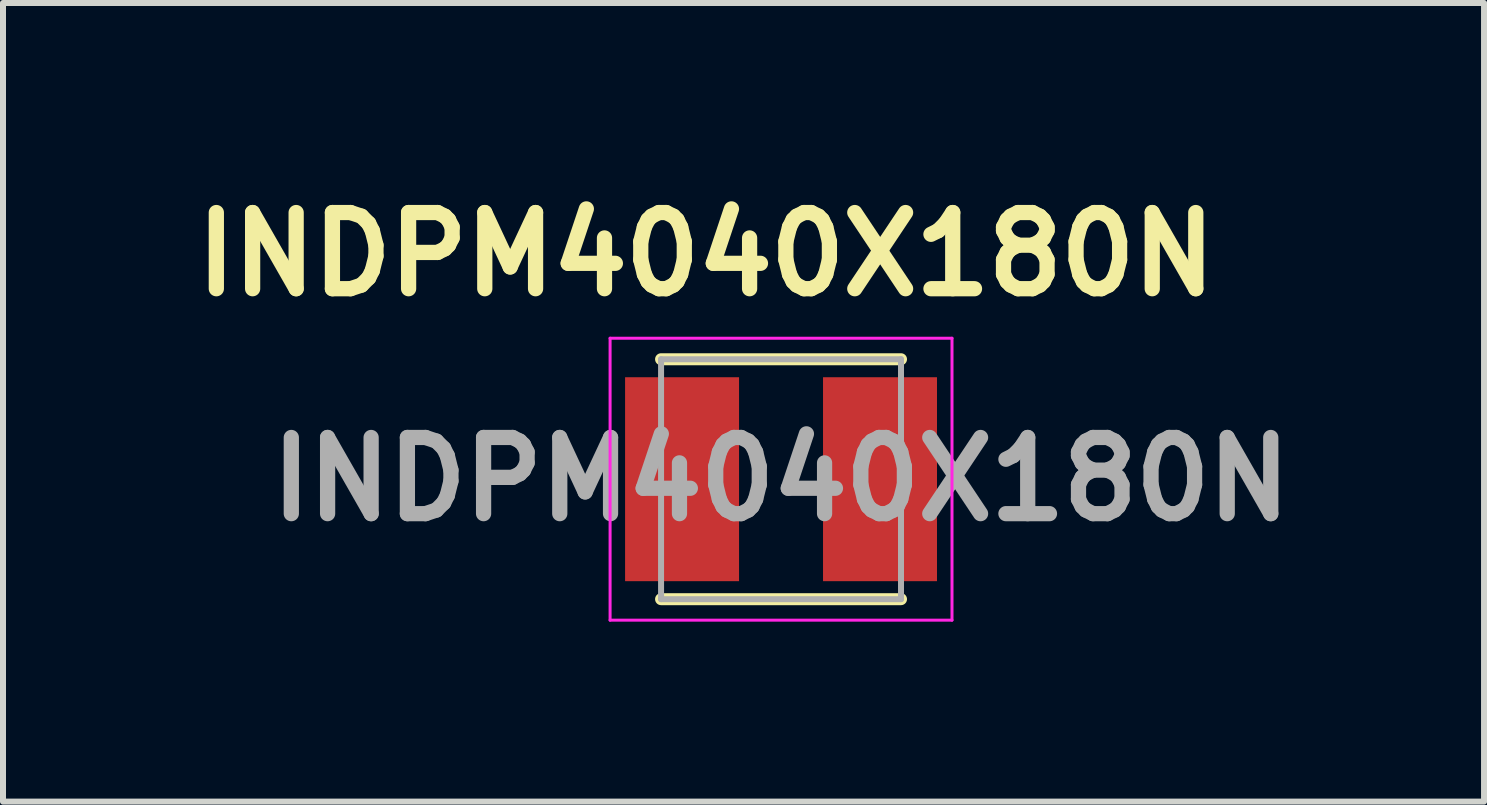
<source format=kicad_pcb>
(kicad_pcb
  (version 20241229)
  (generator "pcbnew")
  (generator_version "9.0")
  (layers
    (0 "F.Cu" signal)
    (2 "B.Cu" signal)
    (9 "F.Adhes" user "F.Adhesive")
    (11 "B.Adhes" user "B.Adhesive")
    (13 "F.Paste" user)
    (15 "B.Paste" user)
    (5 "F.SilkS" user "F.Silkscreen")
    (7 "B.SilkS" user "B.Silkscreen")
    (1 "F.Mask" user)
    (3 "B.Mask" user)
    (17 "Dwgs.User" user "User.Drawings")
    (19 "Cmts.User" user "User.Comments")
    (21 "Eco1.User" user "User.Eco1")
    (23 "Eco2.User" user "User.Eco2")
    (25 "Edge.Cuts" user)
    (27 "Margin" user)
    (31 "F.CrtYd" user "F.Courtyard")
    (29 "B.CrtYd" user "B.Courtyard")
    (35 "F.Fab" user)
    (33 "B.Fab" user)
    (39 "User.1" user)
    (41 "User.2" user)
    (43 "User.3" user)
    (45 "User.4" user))
  (footprint "INDPM4040X180N"
    (layer "F.Cu")
    (at 9.971 4.939)
    (property "Reference" "INDPM4040X180N" (at -1.25 -3.75 0) (layer "F.SilkS") (effects (font (size 1.27 1.27) (thickness 0.254))))
    (attr smd)
    (fp_line (start -2 2) (end 2 2) (stroke (width 0.2) (type solid)) (layer "F.SilkS"))
    (fp_line (start 2 -2) (end -2 -2) (stroke (width 0.2) (type solid)) (layer "F.SilkS"))
    (fp_line (start -2.85 -2.35) (end 2.85 -2.35) (stroke (width 0.05) (type solid)) (layer "F.CrtYd"))
    (fp_line (start -2.85 2.35) (end -2.85 -2.35) (stroke (width 0.05) (type solid)) (layer "F.CrtYd"))
    (fp_line (start 2.85 -2.35) (end 2.85 2.35) (stroke (width 0.05) (type solid)) (layer "F.CrtYd"))
    (fp_line (start 2.85 2.35) (end -2.85 2.35) (stroke (width 0.05) (type solid)) (layer "F.CrtYd"))
    (fp_line (start -2 -2) (end 2 -2) (stroke (width 0.1) (type solid)) (layer "F.Fab"))
    (fp_line (start -2 2) (end -2 -2) (stroke (width 0.1) (type solid)) (layer "F.Fab"))
    (fp_line (start 2 -2) (end 2 2) (stroke (width 0.1) (type solid)) (layer "F.Fab"))
    (fp_line (start 2 2) (end -2 2) (stroke (width 0.1) (type solid)) (layer "F.Fab"))
    (fp_text user "${REFERENCE}" (at 0 0 0) (layer "F.Fab") (effects (font (size 1.27 1.27) (thickness 0.254))))
    (pad "1" smd rect (at -1.65 0) (size 1.9 3.4) (layers "F.Cu" "F.Mask" "F.Paste"))
    (pad "2" smd rect (at 1.65 0) (size 1.9 3.4) (layers "F.Cu" "F.Mask" "F.Paste")))
  (gr_rect
    (start -3 -3)
    (end 21.691 10.314)
    (stroke (width 0.1) (type default))
    (fill no)
    (layer "Edge.Cuts")))
</source>
